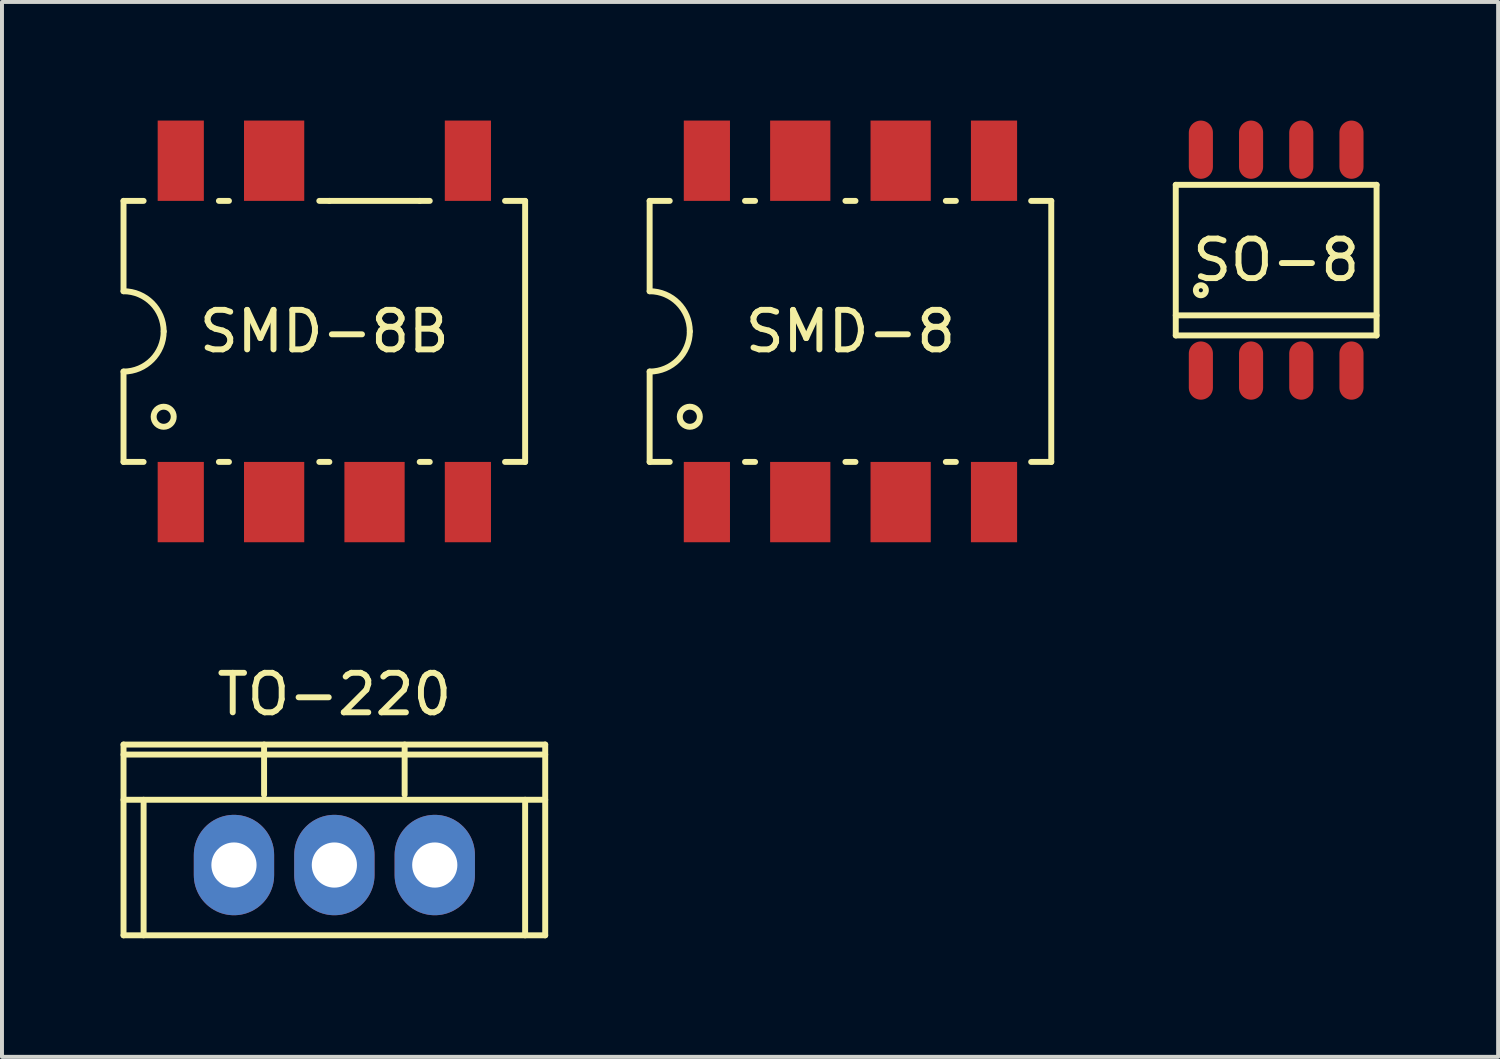
<source format=kicad_pcb>
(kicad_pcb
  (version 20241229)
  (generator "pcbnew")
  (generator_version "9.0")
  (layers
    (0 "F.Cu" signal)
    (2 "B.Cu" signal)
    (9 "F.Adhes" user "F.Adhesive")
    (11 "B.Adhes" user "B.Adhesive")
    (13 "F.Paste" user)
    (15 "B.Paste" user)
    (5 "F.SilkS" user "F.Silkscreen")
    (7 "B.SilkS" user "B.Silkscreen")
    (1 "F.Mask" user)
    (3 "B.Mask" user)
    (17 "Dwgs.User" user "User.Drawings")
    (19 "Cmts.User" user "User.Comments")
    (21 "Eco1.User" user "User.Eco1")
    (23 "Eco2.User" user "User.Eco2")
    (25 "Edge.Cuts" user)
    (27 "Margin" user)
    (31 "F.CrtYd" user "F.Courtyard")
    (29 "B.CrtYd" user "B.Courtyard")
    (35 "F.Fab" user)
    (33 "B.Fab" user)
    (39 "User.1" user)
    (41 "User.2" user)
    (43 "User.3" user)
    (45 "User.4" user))
  (footprint "SMD-8"
    (layer "F.Cu")
    (at 18.465 5.334)
    (property "Reference" "SMD-8" (at 0 0 0) (layer "F.SilkS") (effects (font (size 1 1) (thickness 0.15))))
    (attr through_hole)
    (fp_line (start -5.08 -3.302) (end -5.08 -1.016) (stroke (width 0.15) (type solid)) (layer "F.SilkS"))
    (fp_line (start -5.08 -3.302) (end -4.572 -3.302) (stroke (width 0.15) (type solid)) (layer "F.SilkS"))
    (fp_line (start -5.08 1.016) (end -5.08 3.302) (stroke (width 0.15) (type solid)) (layer "F.SilkS"))
    (fp_line (start -5.08 3.302) (end -4.572 3.302) (stroke (width 0.15) (type solid)) (layer "F.SilkS"))
    (fp_line (start -2.667 -3.302) (end -2.413 -3.302) (stroke (width 0.15) (type solid)) (layer "F.SilkS"))
    (fp_line (start -2.667 3.302) (end -2.413 3.302) (stroke (width 0.15) (type solid)) (layer "F.SilkS"))
    (fp_line (start -0.127 -3.302) (end 0.127 -3.302) (stroke (width 0.15) (type solid)) (layer "F.SilkS"))
    (fp_line (start -0.127 3.302) (end 0.127 3.302) (stroke (width 0.15) (type solid)) (layer "F.SilkS"))
    (fp_line (start 2.413 -3.302) (end 2.667 -3.302) (stroke (width 0.15) (type solid)) (layer "F.SilkS"))
    (fp_line (start 2.413 3.302) (end 2.667 3.302) (stroke (width 0.15) (type solid)) (layer "F.SilkS"))
    (fp_line (start 5.08 -3.302) (end 4.572 -3.302) (stroke (width 0.15) (type solid)) (layer "F.SilkS"))
    (fp_line (start 5.08 -3.302) (end 5.08 3.302) (stroke (width 0.15) (type solid)) (layer "F.SilkS"))
    (fp_line (start 5.08 3.302) (end 4.572 3.302) (stroke (width 0.15) (type solid)) (layer "F.SilkS"))
    (fp_arc (start -5.08 -1.016) (mid -4.36158 -0.71842) (end -4.064 0) (stroke (width 0.15) (type solid)) (layer "F.SilkS"))
    (fp_arc (start -4.064 0) (mid -4.36158 0.71842) (end -5.08 1.016) (stroke (width 0.15) (type solid)) (layer "F.SilkS"))
    (fp_circle (center -4.064 2.159) (end -3.81 2.159) (stroke (width 0.15) (type solid)) (fill no) (layer "F.SilkS"))
    (pad "1" smd rect (at -3.632 4.318) (size 1.168 2.032) (layers "F.Cu" "F.Mask" "F.Paste"))
    (pad "2" smd rect (at -1.27 4.318) (size 1.524 2.032) (layers "F.Cu" "F.Mask" "F.Paste"))
    (pad "3" smd rect (at 1.27 4.318) (size 1.524 2.032) (layers "F.Cu" "F.Mask" "F.Paste"))
    (pad "4" smd rect (at 3.632 4.318) (size 1.168 2.032) (layers "F.Cu" "F.Mask" "F.Paste"))
    (pad "5" smd rect (at 3.632 -4.318) (size 1.168 2.032) (layers "F.Cu" "F.Mask" "F.Paste"))
    (pad "6" smd rect (at 1.27 -4.318) (size 1.524 2.032) (layers "F.Cu" "F.Mask" "F.Paste"))
    (pad "7" smd rect (at -1.27 -4.318) (size 1.524 2.032) (layers "F.Cu" "F.Mask" "F.Paste"))
    (pad "8" smd rect (at -3.632 -4.318) (size 1.168 2.032) (layers "F.Cu" "F.Mask" "F.Paste")))
  (footprint "SMD-8B"
    (layer "F.Cu")
    (at 5.155 5.334)
    (property "Reference" "SMD-8B" (at 0 0 0) (layer "F.SilkS") (effects (font (size 1 1) (thickness 0.15))))
    (attr through_hole)
    (fp_line (start -5.08 -3.302) (end -5.08 -1.016) (stroke (width 0.15) (type solid)) (layer "F.SilkS"))
    (fp_line (start -5.08 -3.302) (end -4.572 -3.302) (stroke (width 0.15) (type solid)) (layer "F.SilkS"))
    (fp_line (start -5.08 1.016) (end -5.08 3.302) (stroke (width 0.15) (type solid)) (layer "F.SilkS"))
    (fp_line (start -5.08 3.302) (end -4.572 3.302) (stroke (width 0.15) (type solid)) (layer "F.SilkS"))
    (fp_line (start -2.667 -3.302) (end -2.413 -3.302) (stroke (width 0.15) (type solid)) (layer "F.SilkS"))
    (fp_line (start -2.667 3.302) (end -2.413 3.302) (stroke (width 0.15) (type solid)) (layer "F.SilkS"))
    (fp_line (start -0.127 -3.302) (end 0.127 -3.302) (stroke (width 0.15) (type solid)) (layer "F.SilkS"))
    (fp_line (start -0.127 3.302) (end 0.127 3.302) (stroke (width 0.15) (type solid)) (layer "F.SilkS"))
    (fp_line (start 0.127 -3.302) (end 2.413 -3.302) (stroke (width 0.15) (type solid)) (layer "F.SilkS"))
    (fp_line (start 2.413 -3.302) (end 2.667 -3.302) (stroke (width 0.15) (type solid)) (layer "F.SilkS"))
    (fp_line (start 2.413 3.302) (end 2.667 3.302) (stroke (width 0.15) (type solid)) (layer "F.SilkS"))
    (fp_line (start 5.08 -3.302) (end 4.572 -3.302) (stroke (width 0.15) (type solid)) (layer "F.SilkS"))
    (fp_line (start 5.08 -3.302) (end 5.08 3.302) (stroke (width 0.15) (type solid)) (layer "F.SilkS"))
    (fp_line (start 5.08 3.302) (end 4.572 3.302) (stroke (width 0.15) (type solid)) (layer "F.SilkS"))
    (fp_arc (start -5.08 -1.016) (mid -4.36158 -0.71842) (end -4.064 0) (stroke (width 0.15) (type solid)) (layer "F.SilkS"))
    (fp_arc (start -4.064 0) (mid -4.36158 0.71842) (end -5.08 1.016) (stroke (width 0.15) (type solid)) (layer "F.SilkS"))
    (fp_circle (center -4.064 2.159) (end -3.81 2.159) (stroke (width 0.15) (type solid)) (fill no) (layer "F.SilkS"))
    (pad "1" smd rect (at -3.632 4.318) (size 1.168 2.032) (layers "F.Cu" "F.Mask" "F.Paste"))
    (pad "2" smd rect (at -1.27 4.318) (size 1.524 2.032) (layers "F.Cu" "F.Mask" "F.Paste"))
    (pad "3" smd rect (at 1.27 4.318) (size 1.524 2.032) (layers "F.Cu" "F.Mask" "F.Paste"))
    (pad "4" smd rect (at 3.632 4.318) (size 1.168 2.032) (layers "F.Cu" "F.Mask" "F.Paste"))
    (pad "5" smd rect (at 3.632 -4.318) (size 1.168 2.032) (layers "F.Cu" "F.Mask" "F.Paste"))
    (pad "7" smd rect (at -1.27 -4.318) (size 1.524 2.032) (layers "F.Cu" "F.Mask" "F.Paste"))
    (pad "8" smd rect (at -3.632 -4.318) (size 1.168 2.032) (layers "F.Cu" "F.Mask" "F.Paste")))
  (footprint "TO-220"
    (layer "F.Cu")
    (at 5.409 18.834)
    (property "Reference" "TO-220" (at 0 -4.318 0) (layer "F.SilkS") (effects (font (size 1 1) (thickness 0.15))))
    (attr through_hole)
    (fp_line (start -5.334 -3.048) (end -5.334 1.778) (stroke (width 0.15) (type solid)) (layer "F.SilkS"))
    (fp_line (start -5.334 -1.651) (end 5.334 -1.651) (stroke (width 0.15) (type solid)) (layer "F.SilkS"))
    (fp_line (start -4.826 -1.651) (end -4.826 1.778) (stroke (width 0.15) (type solid)) (layer "F.SilkS"))
    (fp_line (start -1.778 -1.778) (end -1.778 -3.048) (stroke (width 0.15) (type solid)) (layer "F.SilkS"))
    (fp_line (start 1.778 -1.778) (end 1.778 -3.048) (stroke (width 0.15) (type solid)) (layer "F.SilkS"))
    (fp_line (start 4.826 -1.651) (end 4.826 1.778) (stroke (width 0.15) (type solid)) (layer "F.SilkS"))
    (fp_line (start 5.334 -3.048) (end -5.334 -3.048) (stroke (width 0.15) (type solid)) (layer "F.SilkS"))
    (fp_line (start 5.334 -3.048) (end 5.334 1.778) (stroke (width 0.15) (type solid)) (layer "F.SilkS"))
    (fp_line (start 5.334 -2.794) (end -5.334 -2.794) (stroke (width 0.15) (type solid)) (layer "F.SilkS"))
    (fp_line (start 5.334 1.778) (end -5.334 1.778) (stroke (width 0.15) (type solid)) (layer "F.SilkS"))
    (pad "1" thru_hole oval (at -2.54 0) (size 2.032 2.54) (drill 1.143) (layers "*.Cu" "*.Mask"))
    (pad "2" thru_hole oval (at 0 0) (size 2.032 2.54) (drill 1.143) (layers "*.Cu" "*.Mask"))
    (pad "3" thru_hole oval (at 2.54 0) (size 2.032 2.54) (drill 1.143) (layers "*.Cu" "*.Mask")))
  (footprint "SO-8"
    (layer "F.Cu")
    (at 29.235 3.531)
    (property "Reference" "SO-8" (at 0 0 0) (layer "F.SilkS") (effects (font (size 1 1) (thickness 0.15))))
    (attr through_hole)
    (fp_line (start -2.54 -1.905) (end 2.54 -1.905) (stroke (width 0.15) (type solid)) (layer "F.SilkS"))
    (fp_line (start -2.54 1.397) (end 2.54 1.397) (stroke (width 0.15) (type solid)) (layer "F.SilkS"))
    (fp_line (start -2.54 1.905) (end -2.54 -1.905) (stroke (width 0.15) (type solid)) (layer "F.SilkS"))
    (fp_line (start -2.54 1.905) (end 2.54 1.905) (stroke (width 0.15) (type solid)) (layer "F.SilkS"))
    (fp_line (start 2.54 1.905) (end 2.54 -1.905) (stroke (width 0.15) (type solid)) (layer "F.SilkS"))
    (fp_circle (center -1.905 0.762) (end -1.778 0.762) (stroke (width 0.15) (type solid)) (fill no) (layer "F.SilkS"))
    (pad "1" smd oval (at -1.905 2.794) (size 0.61 1.473) (layers "F.Cu" "F.Mask" "F.Paste"))
    (pad "2" smd oval (at -0.635 2.794) (size 0.61 1.473) (layers "F.Cu" "F.Mask" "F.Paste"))
    (pad "3" smd oval (at 0.635 2.794) (size 0.61 1.473) (layers "F.Cu" "F.Mask" "F.Paste"))
    (pad "4" smd oval (at 1.905 2.794) (size 0.61 1.473) (layers "F.Cu" "F.Mask" "F.Paste"))
    (pad "5" smd oval (at 1.905 -2.794) (size 0.61 1.473) (layers "F.Cu" "F.Mask" "F.Paste"))
    (pad "6" smd oval (at 0.635 -2.794) (size 0.61 1.473) (layers "F.Cu" "F.Mask" "F.Paste"))
    (pad "7" smd oval (at -0.635 -2.794) (size 0.61 1.473) (layers "F.Cu" "F.Mask" "F.Paste"))
    (pad "8" smd oval (at -1.905 -2.794) (size 0.61 1.473) (layers "F.Cu" "F.Mask" "F.Paste")))
  (gr_rect
    (start -3 -3)
    (end 34.85 23.687)
    (stroke (width 0.1) (type default))
    (fill no)
    (layer "Edge.Cuts")))
</source>
